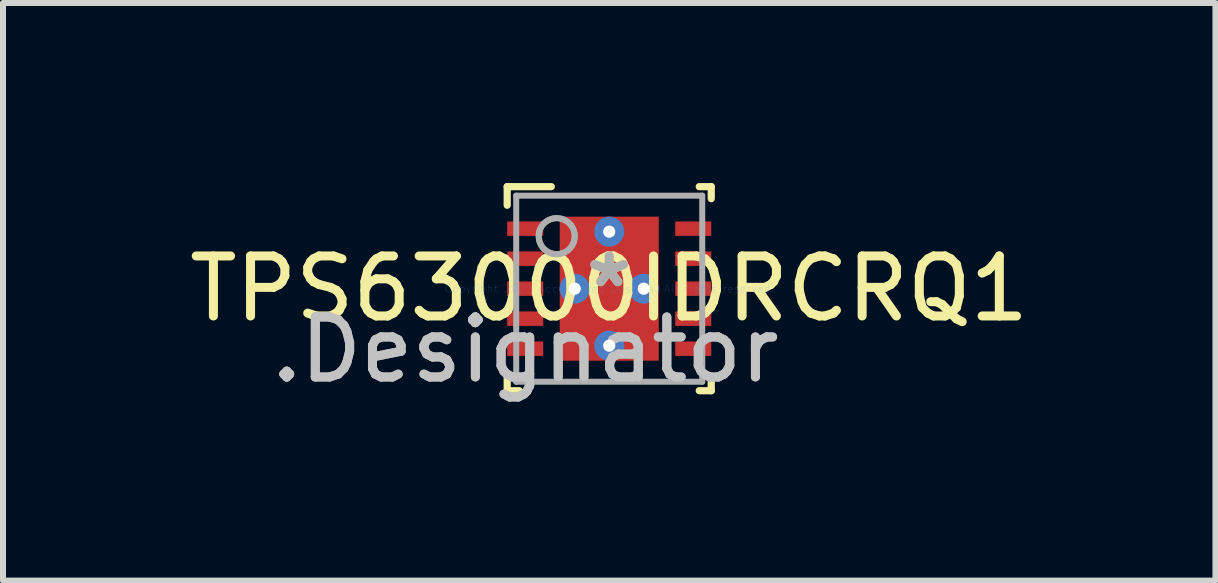
<source format=kicad_pcb>
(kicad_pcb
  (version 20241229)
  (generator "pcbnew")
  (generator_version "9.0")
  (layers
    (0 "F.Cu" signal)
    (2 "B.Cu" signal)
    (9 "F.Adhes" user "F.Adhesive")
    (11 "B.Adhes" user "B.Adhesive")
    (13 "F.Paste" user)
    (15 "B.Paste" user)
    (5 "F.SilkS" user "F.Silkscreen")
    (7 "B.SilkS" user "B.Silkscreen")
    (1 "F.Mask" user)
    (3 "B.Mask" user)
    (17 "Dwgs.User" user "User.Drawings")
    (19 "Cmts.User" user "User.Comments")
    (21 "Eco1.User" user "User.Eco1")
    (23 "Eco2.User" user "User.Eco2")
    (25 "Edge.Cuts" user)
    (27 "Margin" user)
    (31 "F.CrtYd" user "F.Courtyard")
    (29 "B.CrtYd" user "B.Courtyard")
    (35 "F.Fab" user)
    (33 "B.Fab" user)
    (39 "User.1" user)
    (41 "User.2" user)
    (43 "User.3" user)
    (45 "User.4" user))
  (footprint "TPS63000IDRCRQ1"
    (layer "F.Cu")
    (at 7.101 1.76)
    (property "Reference" "TPS63000IDRCRQ1" (at 0 0 0) (layer "F.SilkS") (effects (font (size 1 1) (thickness 0.15))))
    (attr through_hole)
    (fp_line (start -1.7 -1.7) (end -0.965 -1.7) (stroke (width 0.12) (type solid)) (layer "F.SilkS"))
    (fp_line (start -1.7 -1.39) (end -1.7 -1.7) (stroke (width 0.12) (type solid)) (layer "F.SilkS"))
    (fp_line (start -1.7 1.7) (end -1.7 1.5) (stroke (width 0.12) (type solid)) (layer "F.SilkS"))
    (fp_line (start -1.7 1.7) (end -1.5 1.7) (stroke (width 0.12) (type solid)) (layer "F.SilkS"))
    (fp_line (start 1.5 -1.7) (end 1.7 -1.7) (stroke (width 0.12) (type solid)) (layer "F.SilkS"))
    (fp_line (start 1.5 1.7) (end 1.7 1.7) (stroke (width 0.12) (type solid)) (layer "F.SilkS"))
    (fp_line (start 1.7 -1.5) (end 1.7 -1.7) (stroke (width 0.12) (type solid)) (layer "F.SilkS"))
    (fp_line (start 1.7 1.7) (end 1.7 1.5) (stroke (width 0.12) (type solid)) (layer "F.SilkS"))
    (fp_poly (pts (xy -0.75 -0.1) (xy 0.75 -0.1) (xy 0.75 -1.165) (xy -0.75 -1.165)) (stroke (width 0.1) (type solid)) (fill yes) (layer "F.Paste"))
    (fp_poly (pts (xy -0.75 1.165) (xy 0.75 1.165) (xy 0.75 0.1) (xy -0.75 0.1)) (stroke (width 0.1) (type solid)) (fill yes) (layer "F.Paste"))
    (fp_line (start -1.55 -1.55) (end 1.55 -1.55) (stroke (width 0.1) (type solid)) (layer "F.Fab"))
    (fp_line (start -1.55 1.55) (end -1.55 -1.55) (stroke (width 0.1) (type solid)) (layer "F.Fab"))
    (fp_line (start -1.55 1.55) (end 1.55 1.55) (stroke (width 0.1) (type solid)) (layer "F.Fab"))
    (fp_line (start 1.55 1.55) (end 1.55 -1.55) (stroke (width 0.1) (type solid)) (layer "F.Fab"))
    (fp_circle (center -0.875 -0.875) (end -0.575 -0.875) (stroke (width 0.1) (type solid)) (fill no) (layer "F.Fab"))
    (fp_circle (center -0.875 -0.875) (end -0.575 -0.875) (stroke (width 0.1) (type solid)) (fill no) (layer "F.Fab"))
    (fp_text user "*" (at 0 0 0) (layer "F.SilkS") (effects (font (size 1 1) (thickness 0.15))))
    (fp_text user ".Designator" (at -1.397 1.016 0) (layer "Dwgs.User") (effects (font (size 1 1) (thickness 0.15))))
    (fp_text user "Copyright 2021 Accelerated Designs. All rights reserved." (at 0 0 0) (layer "Cmts.User") (effects (font (size 0.127 0.127) (thickness 0.002))))
    (fp_text user ".Designator" (at -1.397 1.016 0) (layer "F.Fab") (effects (font (size 1 1) (thickness 0.15))))
    (fp_text user "*" (at 0 0 0) (layer "F.Fab") (effects (font (size 1 1) (thickness 0.15))))
    (pad "1" smd rect (at -1.4 -1 90) (size 0.24 0.6) (layers "F.Cu" "F.Mask" "F.Paste"))
    (pad "2" smd rect (at -1.4 -0.5 90) (size 0.24 0.6) (layers "F.Cu" "F.Mask" "F.Paste"))
    (pad "3" smd rect (at -1.4 0 90) (size 0.24 0.6) (layers "F.Cu" "F.Mask" "F.Paste"))
    (pad "4" smd rect (at -1.4 0.5 90) (size 0.24 0.6) (layers "F.Cu" "F.Mask" "F.Paste"))
    (pad "5" smd rect (at -1.4 1 90) (size 0.24 0.6) (layers "F.Cu" "F.Mask" "F.Paste"))
    (pad "6" smd rect (at 1.4 1 90) (size 0.24 0.6) (layers "F.Cu" "F.Mask" "F.Paste"))
    (pad "7" smd rect (at 1.4 0.5 90) (size 0.24 0.6) (layers "F.Cu" "F.Mask" "F.Paste"))
    (pad "8" smd rect (at 1.4 0 90) (size 0.24 0.6) (layers "F.Cu" "F.Mask" "F.Paste"))
    (pad "9" smd rect (at 1.4 -0.5 90) (size 0.24 0.6) (layers "F.Cu" "F.Mask" "F.Paste"))
    (pad "10" smd rect (at 1.4 -1 90) (size 0.24 0.6) (layers "F.Cu" "F.Mask" "F.Paste"))
    (pad "11" smd rect (at 0.000003 0) (size 1.65 2.4) (layers "F.Cu" "F.Mask" "F.Paste"))
    (pad "V" thru_hole circle (at -0.575 0) (size 0.5 0.5) (drill 0.203) (layers "*.Cu" "*.Mask"))
    (pad "V" thru_hole circle (at 0 -0.95) (size 0.5 0.5) (drill 0.203) (layers "*.Cu" "*.Mask"))
    (pad "V" thru_hole circle (at 0 0.95) (size 0.5 0.5) (drill 0.203) (layers "*.Cu" "*.Mask"))
    (pad "V" thru_hole circle (at 0.575 0) (size 0.5 0.5) (drill 0.203) (layers "*.Cu" "*.Mask")))
  (gr_rect
    (start -3 -3)
    (end 17.202 6.624)
    (stroke (width 0.1) (type default))
    (fill no)
    (layer "Edge.Cuts")))
</source>
